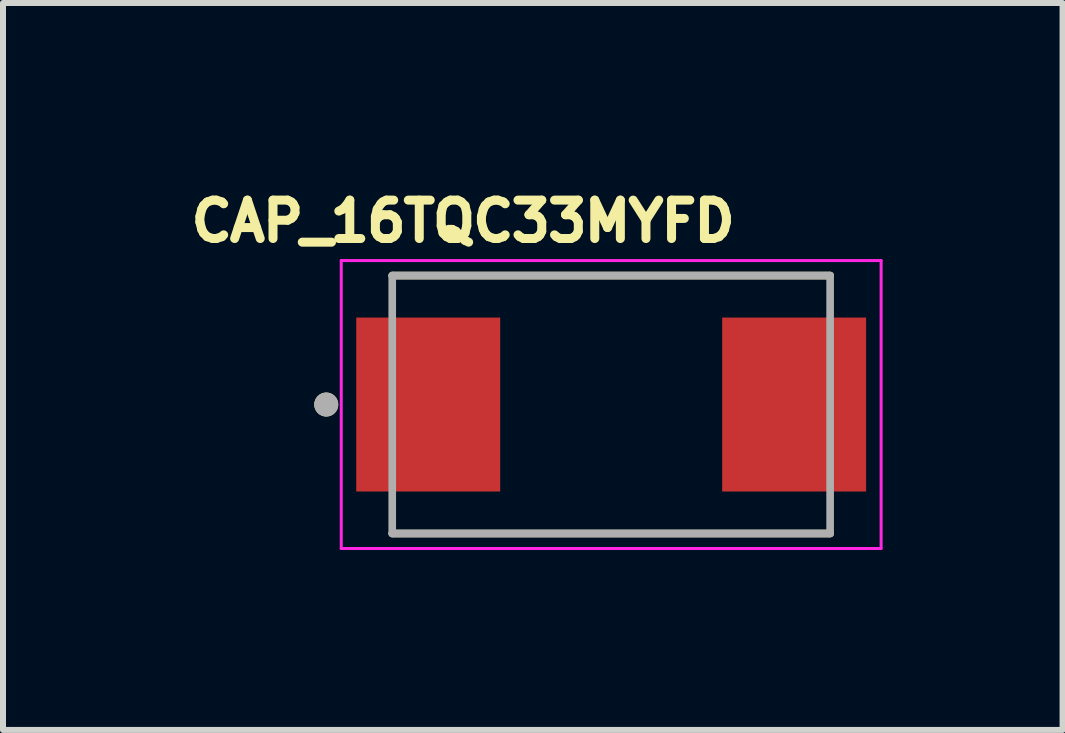
<source format=kicad_pcb>
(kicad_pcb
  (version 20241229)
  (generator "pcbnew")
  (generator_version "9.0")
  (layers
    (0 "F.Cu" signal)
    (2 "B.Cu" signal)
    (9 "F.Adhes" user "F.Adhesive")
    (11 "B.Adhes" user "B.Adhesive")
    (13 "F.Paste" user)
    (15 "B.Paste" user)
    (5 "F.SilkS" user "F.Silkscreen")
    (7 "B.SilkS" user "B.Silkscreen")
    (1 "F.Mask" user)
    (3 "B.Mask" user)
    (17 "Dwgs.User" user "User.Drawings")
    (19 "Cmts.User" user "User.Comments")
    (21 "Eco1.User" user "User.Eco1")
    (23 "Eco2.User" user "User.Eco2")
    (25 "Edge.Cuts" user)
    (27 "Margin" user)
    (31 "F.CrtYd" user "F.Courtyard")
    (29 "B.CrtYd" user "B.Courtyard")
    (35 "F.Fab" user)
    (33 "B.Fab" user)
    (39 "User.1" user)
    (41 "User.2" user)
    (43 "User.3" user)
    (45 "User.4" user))
  (footprint "CAP_16TQC33MYFD"
    (layer "F.Cu")
    (at 7.139 3.694)
    (property "Reference" "CAP_16TQC33MYFD" (at -2.468 -3.056 0) (layer "F.SilkS") (effects (font (size 0.64 0.64) (thickness 0.15))))
    (attr smd)
    (fp_line (start -3.65 -2.15) (end 3.65 -2.15) (stroke (width 0.127) (type solid)) (layer "F.SilkS"))
    (fp_line (start -3.65 2.15) (end 3.65 2.15) (stroke (width 0.127) (type solid)) (layer "F.SilkS"))
    (fp_circle (center -4.75 0) (end -4.65 0) (stroke (width 0.2) (type solid)) (fill no) (layer "F.SilkS"))
    (fp_line (start -4.5 -2.4) (end -4.5 2.4) (stroke (width 0.05) (type solid)) (layer "F.CrtYd"))
    (fp_line (start -4.5 2.4) (end 4.5 2.4) (stroke (width 0.05) (type solid)) (layer "F.CrtYd"))
    (fp_line (start 4.5 -2.4) (end -4.5 -2.4) (stroke (width 0.05) (type solid)) (layer "F.CrtYd"))
    (fp_line (start 4.5 2.4) (end 4.5 -2.4) (stroke (width 0.05) (type solid)) (layer "F.CrtYd"))
    (fp_line (start -3.65 -2.15) (end -3.65 2.15) (stroke (width 0.127) (type solid)) (layer "F.Fab"))
    (fp_line (start -3.65 -2.15) (end 3.65 -2.15) (stroke (width 0.127) (type solid)) (layer "F.Fab"))
    (fp_line (start -3.65 2.15) (end 3.65 2.15) (stroke (width 0.127) (type solid)) (layer "F.Fab"))
    (fp_line (start 3.65 -2.15) (end 3.65 2.15) (stroke (width 0.127) (type solid)) (layer "F.Fab"))
    (fp_circle (center -4.75 0) (end -4.65 0) (stroke (width 0.2) (type solid)) (fill no) (layer "F.Fab"))
    (pad "1" smd rect (at -3.05 0) (size 2.4 2.9) (layers "F.Cu" "F.Mask" "F.Paste"))
    (pad "2" smd rect (at 3.05 0) (size 2.4 2.9) (layers "F.Cu" "F.Mask" "F.Paste")))
  (gr_rect
    (start -3 -3)
    (end 14.664 9.119)
    (stroke (width 0.1) (type default))
    (fill no)
    (layer "Edge.Cuts")))
</source>
